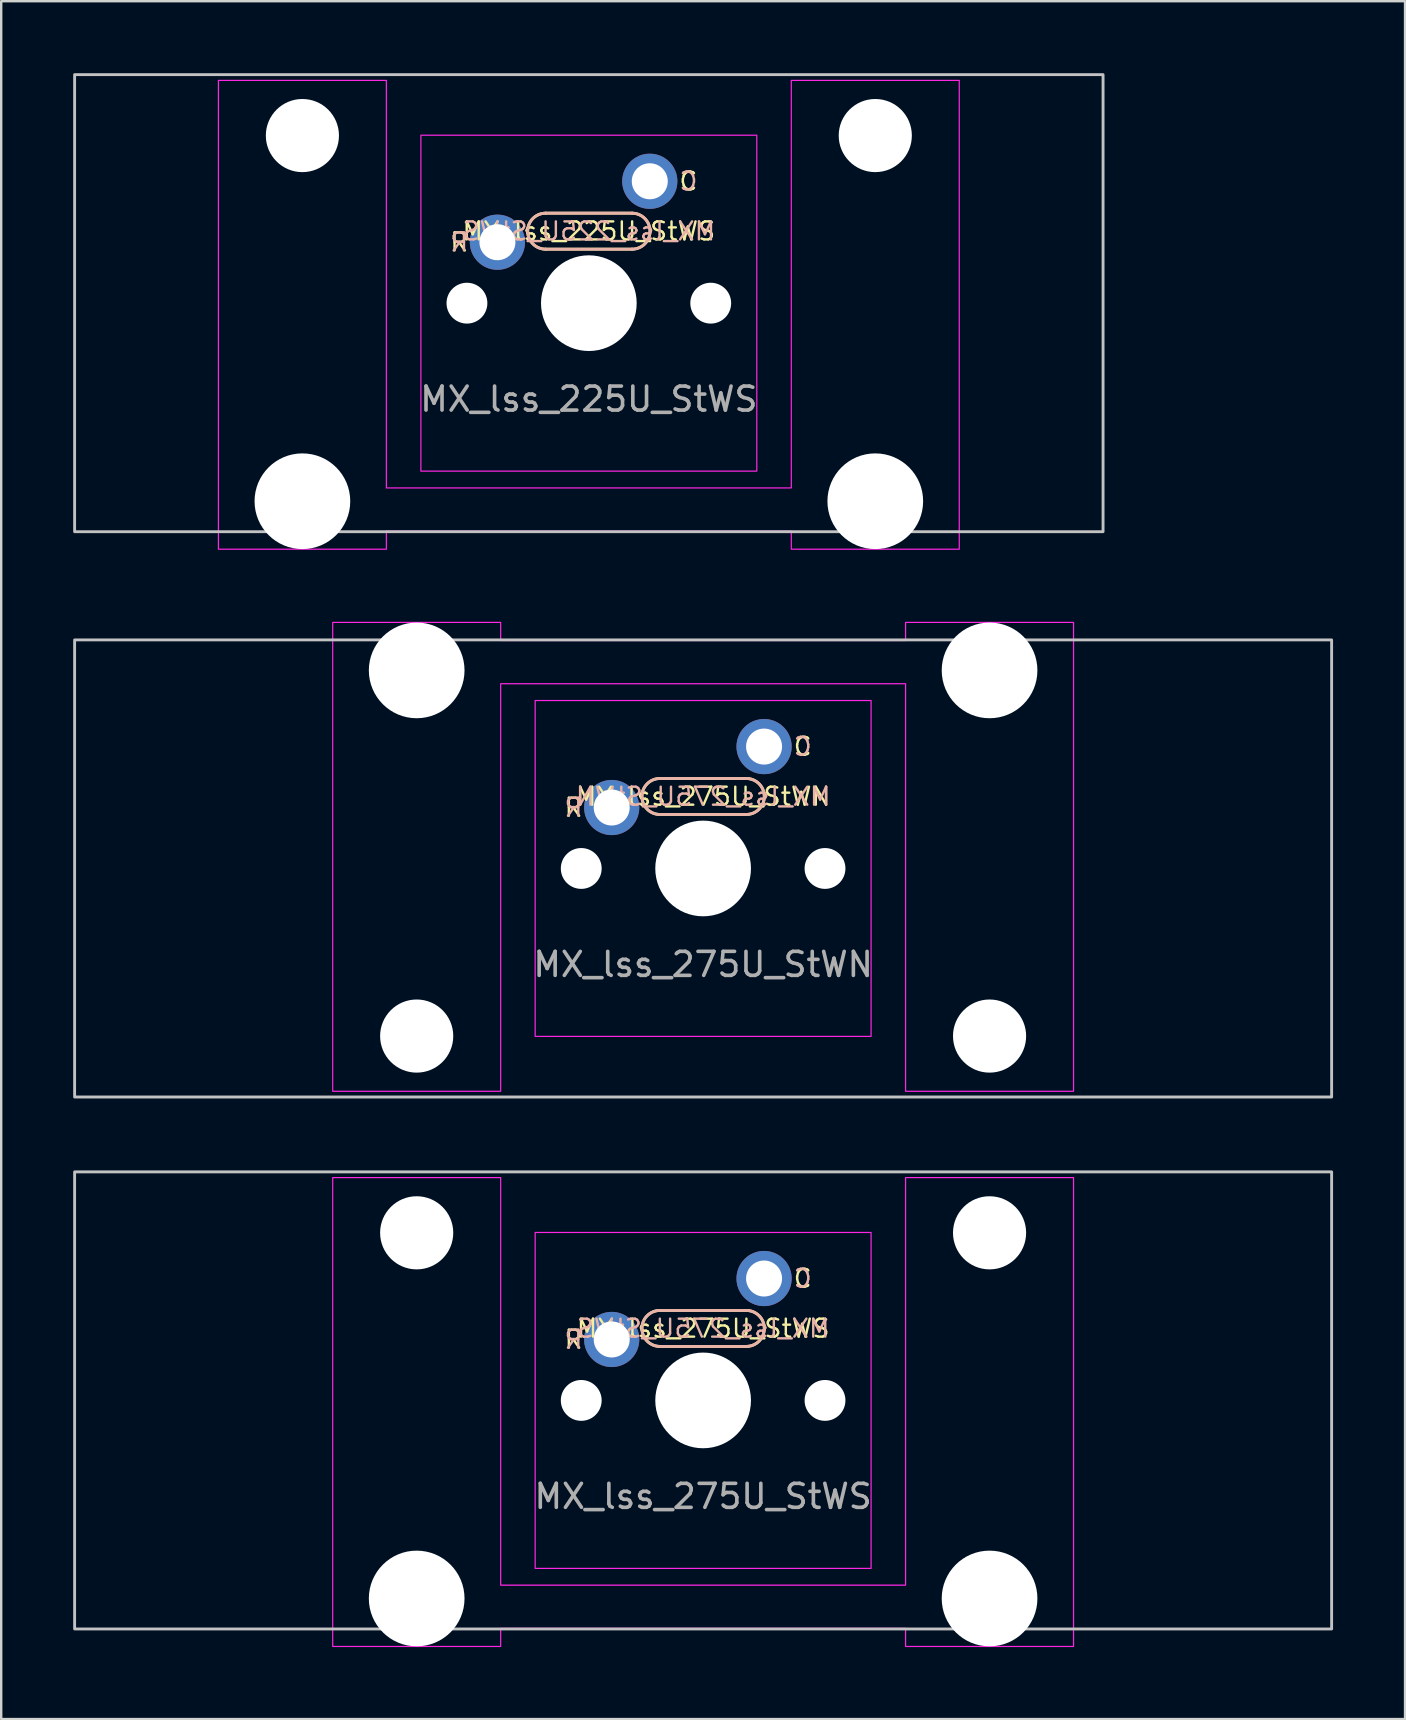
<source format=kicad_pcb>
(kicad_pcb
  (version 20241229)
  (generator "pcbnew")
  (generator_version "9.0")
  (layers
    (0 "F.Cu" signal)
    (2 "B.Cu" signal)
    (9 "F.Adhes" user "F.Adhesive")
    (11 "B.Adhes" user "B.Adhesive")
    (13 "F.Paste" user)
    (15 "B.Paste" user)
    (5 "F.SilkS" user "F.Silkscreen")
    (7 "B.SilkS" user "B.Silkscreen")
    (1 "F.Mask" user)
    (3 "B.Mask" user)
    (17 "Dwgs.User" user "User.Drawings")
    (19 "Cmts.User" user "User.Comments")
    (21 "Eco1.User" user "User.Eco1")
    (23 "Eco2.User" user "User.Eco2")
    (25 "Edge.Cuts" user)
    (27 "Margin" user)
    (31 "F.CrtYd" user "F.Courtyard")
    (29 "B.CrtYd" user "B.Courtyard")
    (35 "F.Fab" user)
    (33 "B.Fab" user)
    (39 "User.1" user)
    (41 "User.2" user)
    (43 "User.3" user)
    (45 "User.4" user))
  (footprint "MX_lss_275U_StWS"
    (layer "F.Cu")
    (at 26.254 55.315)
    (property "Reference" "MX_lss_275U_StWS" (at 0 -3 0) (unlocked yes) (layer "F.SilkS") (effects (font (size 0.75 0.75) (thickness 0.1))))
    (attr through_hole)
    (fp_line (start -1.8 -3.75) (end 1.8 -3.75) (stroke (width 0.12) (type solid)) (layer "F.SilkS"))
    (fp_line (start 1.8 -2.25) (end -1.8 -2.25) (stroke (width 0.12) (type solid)) (layer "F.SilkS"))
    (fp_arc (start -1.8 -2.25) (mid -2.55 -3) (end -1.8 -3.75) (stroke (width 0.12) (type solid)) (layer "F.SilkS"))
    (fp_arc (start 1.8 -3.75) (mid 2.55 -3) (end 1.8 -2.25) (stroke (width 0.12) (type solid)) (layer "F.SilkS"))
    (fp_line (start -1.8 -2.25) (end 1.8 -2.25) (stroke (width 0.12) (type solid)) (layer "B.SilkS"))
    (fp_line (start 1.8 -3.75) (end -1.8 -3.75) (stroke (width 0.12) (type solid)) (layer "B.SilkS"))
    (fp_arc (start -1.8 -2.25) (mid -2.55 -3) (end -1.8 -3.75) (stroke (width 0.12) (type solid)) (layer "B.SilkS"))
    (fp_arc (start 1.8 -3.75) (mid 2.55 -3) (end 1.8 -2.25) (stroke (width 0.12) (type solid)) (layer "B.SilkS"))
    (fp_rect (start -26.194 -9.525) (end 26.194 9.525) (stroke (width 0.12) (type solid)) (fill no) (layer "Dwgs.User"))
    (fp_rect (start -7 -7) (end 7 7) (stroke (width 0.05) (type solid)) (fill no) (layer "F.CrtYd"))
    (fp_poly (pts (xy -8.438 7.7) (xy 8.438 7.7) (xy 8.438 -9.285) (xy 15.438 -9.285) (xy 15.438 10.255) (xy 8.438 10.255) (xy 8.438 9.5) (xy -8.438 9.5) (xy -8.438 10.255) (xy -15.438 10.255) (xy -15.438 -9.285) (xy -8.438 -9.285)) (stroke (width 0.05) (type solid)) (fill no) (layer "F.CrtYd"))
    (fp_text user "C" (at 4.15 -5.08 0) (unlocked yes) (layer "F.SilkS") (effects (font (size 0.75 0.75) (thickness 0.1))))
    (fp_text user "R" (at -5.4 -2.54 0) (unlocked yes) (layer "F.SilkS") (effects (font (size 0.75 0.75) (thickness 0.1))))
    (fp_text user "R" (at -5.4 -2.54 0) (unlocked yes) (layer "B.SilkS") (effects (font (size 0.75 0.75) (thickness 0.1)) (justify mirror)))
    (fp_text user "${REFERENCE}" (at 0 -3 0) (unlocked yes) (layer "B.SilkS") (effects (font (size 0.75 0.75) (thickness 0.1)) (justify mirror)))
    (fp_text user "C" (at 4.15 -5.08 0) (unlocked yes) (layer "B.SilkS") (effects (font (size 0.75 0.75) (thickness 0.1)) (justify mirror)))
    (fp_text user "${REFERENCE}" (at 0 4 0) (unlocked yes) (layer "F.Fab") (effects (font (size 1 1) (thickness 0.15))))
    (pad "" np_thru_hole circle (at -11.938 -6.985) (size 3.048 3.048) (drill 3.048) (layers "*.Cu" "*.Mask"))
    (pad "" np_thru_hole circle (at -11.938 8.255) (size 3.988 3.988) (drill 3.988) (layers "*.Cu" "*.Mask"))
    (pad "" np_thru_hole circle (at -5.08 0) (size 1.702 1.702) (drill 1.702) (layers "*.Cu" "*.Mask"))
    (pad "" np_thru_hole circle (at 0 0) (size 3.988 3.988) (drill 3.988) (layers "*.Cu" "*.Mask"))
    (pad "" np_thru_hole circle (at 5.08 0) (size 1.702 1.702) (drill 1.702) (layers "*.Cu" "*.Mask"))
    (pad "" np_thru_hole circle (at 11.938 -6.985) (size 3.048 3.048) (drill 3.048) (layers "*.Cu" "*.Mask"))
    (pad "" np_thru_hole circle (at 11.938 8.255) (size 3.988 3.988) (drill 3.988) (layers "*.Cu" "*.Mask"))
    (pad "1" thru_hole circle (at 2.54 -5.08) (size 2.3 2.3) (drill 1.5) (layers "*.Cu" "*.Mask"))
    (pad "2" thru_hole circle (at -3.81 -2.54) (size 2.3 2.3) (drill 1.5) (layers "*.Cu" "*.Mask")))
  (footprint "MX_lss_275U_StWN"
    (layer "F.Cu")
    (at 26.254 33.145)
    (property "Reference" "MX_lss_275U_StWN" (at 0 -3 0) (unlocked yes) (layer "F.SilkS") (effects (font (size 0.75 0.75) (thickness 0.1))))
    (attr through_hole)
    (fp_line (start -1.8 -3.75) (end 1.8 -3.75) (stroke (width 0.12) (type solid)) (layer "F.SilkS"))
    (fp_line (start 1.8 -2.25) (end -1.8 -2.25) (stroke (width 0.12) (type solid)) (layer "F.SilkS"))
    (fp_arc (start -1.8 -2.25) (mid -2.55 -3) (end -1.8 -3.75) (stroke (width 0.12) (type solid)) (layer "F.SilkS"))
    (fp_arc (start 1.8 -3.75) (mid 2.55 -3) (end 1.8 -2.25) (stroke (width 0.12) (type solid)) (layer "F.SilkS"))
    (fp_line (start -1.8 -2.25) (end 1.8 -2.25) (stroke (width 0.12) (type solid)) (layer "B.SilkS"))
    (fp_line (start 1.8 -3.75) (end -1.8 -3.75) (stroke (width 0.12) (type solid)) (layer "B.SilkS"))
    (fp_arc (start -1.8 -2.25) (mid -2.55 -3) (end -1.8 -3.75) (stroke (width 0.12) (type solid)) (layer "B.SilkS"))
    (fp_arc (start 1.8 -3.75) (mid 2.55 -3) (end 1.8 -2.25) (stroke (width 0.12) (type solid)) (layer "B.SilkS"))
    (fp_rect (start -26.194 -9.525) (end 26.194 9.525) (stroke (width 0.12) (type solid)) (fill no) (layer "Dwgs.User"))
    (fp_rect (start -7 -7) (end 7 7) (stroke (width 0.05) (type solid)) (fill no) (layer "F.CrtYd"))
    (fp_poly (pts (xy 8.438 -7.7) (xy -8.438 -7.7) (xy -8.438 9.285) (xy -15.438 9.285) (xy -15.438 -10.255) (xy -8.438 -10.255) (xy -8.438 -9.5) (xy 8.438 -9.5) (xy 8.438 -10.255) (xy 15.438 -10.255) (xy 15.438 9.285) (xy 8.438 9.285)) (stroke (width 0.05) (type solid)) (fill no) (layer "F.CrtYd"))
    (fp_text user "C" (at 4.15 -5.08 0) (unlocked yes) (layer "F.SilkS") (effects (font (size 0.75 0.75) (thickness 0.1))))
    (fp_text user "R" (at -5.4 -2.54 0) (unlocked yes) (layer "F.SilkS") (effects (font (size 0.75 0.75) (thickness 0.1))))
    (fp_text user "C" (at 4.15 -5.08 0) (unlocked yes) (layer "B.SilkS") (effects (font (size 0.75 0.75) (thickness 0.1)) (justify mirror)))
    (fp_text user "R" (at -5.4 -2.54 0) (unlocked yes) (layer "B.SilkS") (effects (font (size 0.75 0.75) (thickness 0.1)) (justify mirror)))
    (fp_text user "${REFERENCE}" (at 0 -3 0) (unlocked yes) (layer "B.SilkS") (effects (font (size 0.75 0.75) (thickness 0.1)) (justify mirror)))
    (fp_text user "${REFERENCE}" (at 0 4 0) (unlocked yes) (layer "F.Fab") (effects (font (size 1 1) (thickness 0.15))))
    (pad "" np_thru_hole circle (at -11.938 -8.255 180) (size 3.988 3.988) (drill 3.988) (layers "*.Cu" "*.Mask"))
    (pad "" np_thru_hole circle (at -11.938 6.985 180) (size 3.048 3.048) (drill 3.048) (layers "*.Cu" "*.Mask"))
    (pad "" np_thru_hole circle (at -5.08 0) (size 1.702 1.702) (drill 1.702) (layers "*.Cu" "*.Mask"))
    (pad "" np_thru_hole circle (at 0 0) (size 3.988 3.988) (drill 3.988) (layers "*.Cu" "*.Mask"))
    (pad "" np_thru_hole circle (at 5.08 0) (size 1.702 1.702) (drill 1.702) (layers "*.Cu" "*.Mask"))
    (pad "" np_thru_hole circle (at 11.938 -8.255 180) (size 3.988 3.988) (drill 3.988) (layers "*.Cu" "*.Mask"))
    (pad "" np_thru_hole circle (at 11.938 6.985 180) (size 3.048 3.048) (drill 3.048) (layers "*.Cu" "*.Mask"))
    (pad "1" thru_hole circle (at 2.54 -5.08) (size 2.3 2.3) (drill 1.5) (layers "*.Cu" "*.Mask"))
    (pad "2" thru_hole circle (at -3.81 -2.54) (size 2.3 2.3) (drill 1.5) (layers "*.Cu" "*.Mask")))
  (footprint "MX_lss_225U_StWS"
    (layer "F.Cu")
    (at 21.491 9.585)
    (property "Reference" "MX_lss_225U_StWS" (at 0 -3 0) (unlocked yes) (layer "F.SilkS") (effects (font (size 0.75 0.75) (thickness 0.1))))
    (attr through_hole)
    (fp_line (start -1.8 -3.75) (end 1.8 -3.75) (stroke (width 0.12) (type solid)) (layer "F.SilkS"))
    (fp_line (start 1.8 -2.25) (end -1.8 -2.25) (stroke (width 0.12) (type solid)) (layer "F.SilkS"))
    (fp_arc (start -1.8 -2.25) (mid -2.55 -3) (end -1.8 -3.75) (stroke (width 0.12) (type solid)) (layer "F.SilkS"))
    (fp_arc (start 1.8 -3.75) (mid 2.55 -3) (end 1.8 -2.25) (stroke (width 0.12) (type solid)) (layer "F.SilkS"))
    (fp_line (start -1.8 -2.25) (end 1.8 -2.25) (stroke (width 0.12) (type solid)) (layer "B.SilkS"))
    (fp_line (start 1.8 -3.75) (end -1.8 -3.75) (stroke (width 0.12) (type solid)) (layer "B.SilkS"))
    (fp_arc (start -1.8 -2.25) (mid -2.55 -3) (end -1.8 -3.75) (stroke (width 0.12) (type solid)) (layer "B.SilkS"))
    (fp_arc (start 1.8 -3.75) (mid 2.55 -3) (end 1.8 -2.25) (stroke (width 0.12) (type solid)) (layer "B.SilkS"))
    (fp_rect (start -21.431 -9.525) (end 21.431 9.525) (stroke (width 0.12) (type solid)) (fill no) (layer "Dwgs.User"))
    (fp_rect (start -7 -7) (end 7 7) (stroke (width 0.05) (type solid)) (fill no) (layer "F.CrtYd"))
    (fp_poly (pts (xy -8.438 7.7) (xy 8.438 7.7) (xy 8.438 -9.285) (xy 15.438 -9.285) (xy 15.438 10.255) (xy 8.438 10.255) (xy 8.438 9.5) (xy -8.438 9.5) (xy -8.438 10.255) (xy -15.438 10.255) (xy -15.438 -9.285) (xy -8.438 -9.285)) (stroke (width 0.05) (type solid)) (fill no) (layer "F.CrtYd"))
    (fp_text user "C" (at 4.15 -5.08 0) (unlocked yes) (layer "F.SilkS") (effects (font (size 0.75 0.75) (thickness 0.1))))
    (fp_text user "R" (at -5.4 -2.54 0) (unlocked yes) (layer "F.SilkS") (effects (font (size 0.75 0.75) (thickness 0.1))))
    (fp_text user "C" (at 4.15 -5.08 0) (unlocked yes) (layer "B.SilkS") (effects (font (size 0.75 0.75) (thickness 0.1)) (justify mirror)))
    (fp_text user "${REFERENCE}" (at 0 -3 0) (unlocked yes) (layer "B.SilkS") (effects (font (size 0.75 0.75) (thickness 0.1)) (justify mirror)))
    (fp_text user "R" (at -5.4 -2.54 0) (unlocked yes) (layer "B.SilkS") (effects (font (size 0.75 0.75) (thickness 0.1)) (justify mirror)))
    (fp_text user "${REFERENCE}" (at 0 4 0) (unlocked yes) (layer "F.Fab") (effects (font (size 1 1) (thickness 0.15))))
    (pad "" np_thru_hole circle (at -11.938 -6.985) (size 3.048 3.048) (drill 3.048) (layers "*.Cu" "*.Mask"))
    (pad "" np_thru_hole circle (at -11.938 8.255) (size 3.988 3.988) (drill 3.988) (layers "*.Cu" "*.Mask"))
    (pad "" np_thru_hole circle (at -5.08 0) (size 1.702 1.702) (drill 1.702) (layers "*.Cu" "*.Mask"))
    (pad "" np_thru_hole circle (at 0 0) (size 3.988 3.988) (drill 3.988) (layers "*.Cu" "*.Mask"))
    (pad "" np_thru_hole circle (at 5.08 0) (size 1.702 1.702) (drill 1.702) (layers "*.Cu" "*.Mask"))
    (pad "" np_thru_hole circle (at 11.938 -6.985) (size 3.048 3.048) (drill 3.048) (layers "*.Cu" "*.Mask"))
    (pad "" np_thru_hole circle (at 11.938 8.255) (size 3.988 3.988) (drill 3.988) (layers "*.Cu" "*.Mask"))
    (pad "1" thru_hole circle (at 2.54 -5.08) (size 2.3 2.3) (drill 1.5) (layers "*.Cu" "*.Mask"))
    (pad "2" thru_hole circle (at -3.81 -2.54) (size 2.3 2.3) (drill 1.5) (layers "*.Cu" "*.Mask")))
  (gr_rect
    (start -3 -3)
    (end 55.508 68.595)
    (stroke (width 0.1) (type default))
    (fill no)
    (layer "Edge.Cuts")))
</source>
